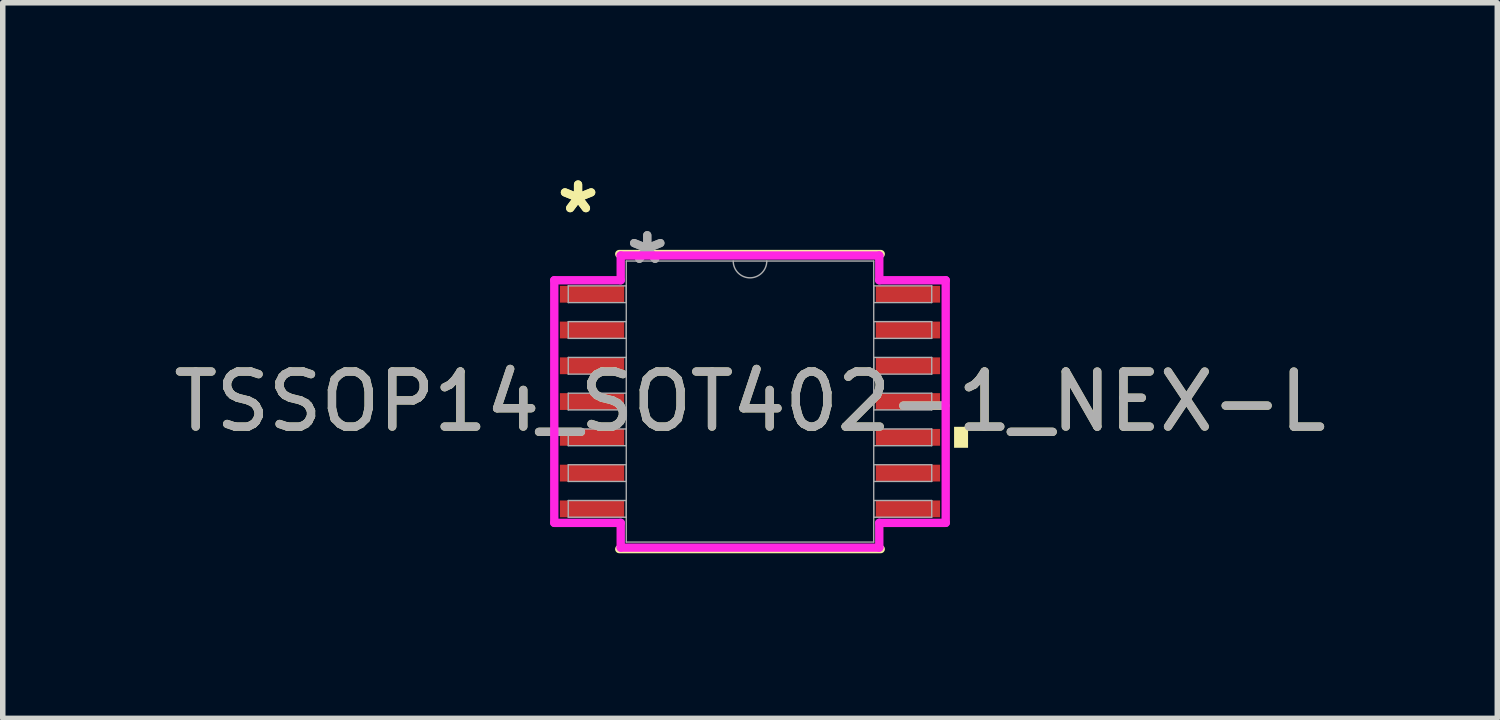
<source format=kicad_pcb>
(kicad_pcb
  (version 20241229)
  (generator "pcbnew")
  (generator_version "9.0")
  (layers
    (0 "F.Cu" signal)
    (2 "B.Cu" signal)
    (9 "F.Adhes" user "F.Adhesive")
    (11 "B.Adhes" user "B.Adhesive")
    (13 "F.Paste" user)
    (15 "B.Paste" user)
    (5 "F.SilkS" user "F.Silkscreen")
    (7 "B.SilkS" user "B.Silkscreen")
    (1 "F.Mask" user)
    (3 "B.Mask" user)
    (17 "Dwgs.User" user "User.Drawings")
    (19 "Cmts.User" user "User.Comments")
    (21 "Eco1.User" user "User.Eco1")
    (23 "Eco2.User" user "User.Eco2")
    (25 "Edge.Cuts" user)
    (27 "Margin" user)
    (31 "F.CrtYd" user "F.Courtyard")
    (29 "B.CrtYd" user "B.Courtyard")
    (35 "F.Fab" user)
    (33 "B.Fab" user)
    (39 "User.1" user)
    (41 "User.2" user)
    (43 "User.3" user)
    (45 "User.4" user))
  (footprint "TSSOP14_SOT402-1_NEX-L"
    (layer "F.Cu")
    (at 10.577 4.246)
    (property "Reference" "TSSOP14_SOT402-1_NEX-L" (at 0 0 0) (unlocked yes) (layer "F.SilkS") (effects (font (size 1 1) (thickness 0.15))))
    (attr smd)
    (fp_line (start -2.375 2.68) (end 2.375 2.68) (stroke (width 0.152) (type solid)) (layer "F.SilkS"))
    (fp_line (start 2.375 -2.68) (end -2.375 -2.68) (stroke (width 0.152) (type solid)) (layer "F.SilkS"))
    (fp_poly (pts (xy 3.962 0.459) (xy 3.962 0.84) (xy 3.708 0.84) (xy 3.708 0.459)) (stroke (width 0) (type solid)) (fill yes) (layer "F.SilkS"))
    (fp_line (start -3.556 -2.204) (end -2.349 -2.204) (stroke (width 0.152) (type solid)) (layer "F.CrtYd"))
    (fp_line (start -3.556 2.204) (end -3.556 -2.204) (stroke (width 0.152) (type solid)) (layer "F.CrtYd"))
    (fp_line (start -3.556 2.204) (end -2.349 2.204) (stroke (width 0.152) (type solid)) (layer "F.CrtYd"))
    (fp_line (start -2.349 -2.654) (end 2.349 -2.654) (stroke (width 0.152) (type solid)) (layer "F.CrtYd"))
    (fp_line (start -2.349 -2.204) (end -2.349 -2.654) (stroke (width 0.152) (type solid)) (layer "F.CrtYd"))
    (fp_line (start -2.349 2.654) (end -2.349 2.204) (stroke (width 0.152) (type solid)) (layer "F.CrtYd"))
    (fp_line (start 2.349 -2.654) (end 2.349 -2.204) (stroke (width 0.152) (type solid)) (layer "F.CrtYd"))
    (fp_line (start 2.349 2.204) (end 2.349 2.654) (stroke (width 0.152) (type solid)) (layer "F.CrtYd"))
    (fp_line (start 2.349 2.654) (end -2.349 2.654) (stroke (width 0.152) (type solid)) (layer "F.CrtYd"))
    (fp_line (start 3.556 -2.204) (end 2.349 -2.204) (stroke (width 0.152) (type solid)) (layer "F.CrtYd"))
    (fp_line (start 3.556 -2.204) (end 3.556 2.204) (stroke (width 0.152) (type solid)) (layer "F.CrtYd"))
    (fp_line (start 3.556 2.204) (end 2.349 2.204) (stroke (width 0.152) (type solid)) (layer "F.CrtYd"))
    (fp_line (start -3.302 -2.102) (end -3.302 -1.798) (stroke (width 0.025) (type solid)) (layer "F.Fab"))
    (fp_line (start -3.302 -1.798) (end -2.248 -1.798) (stroke (width 0.025) (type solid)) (layer "F.Fab"))
    (fp_line (start -3.302 -1.452) (end -3.302 -1.148) (stroke (width 0.025) (type solid)) (layer "F.Fab"))
    (fp_line (start -3.302 -1.148) (end -2.248 -1.148) (stroke (width 0.025) (type solid)) (layer "F.Fab"))
    (fp_line (start -3.302 -0.802) (end -3.302 -0.498) (stroke (width 0.025) (type solid)) (layer "F.Fab"))
    (fp_line (start -3.302 -0.498) (end -2.248 -0.498) (stroke (width 0.025) (type solid)) (layer "F.Fab"))
    (fp_line (start -3.302 -0.152) (end -3.302 0.152) (stroke (width 0.025) (type solid)) (layer "F.Fab"))
    (fp_line (start -3.302 0.152) (end -2.248 0.152) (stroke (width 0.025) (type solid)) (layer "F.Fab"))
    (fp_line (start -3.302 0.498) (end -3.302 0.802) (stroke (width 0.025) (type solid)) (layer "F.Fab"))
    (fp_line (start -3.302 0.802) (end -2.248 0.802) (stroke (width 0.025) (type solid)) (layer "F.Fab"))
    (fp_line (start -3.302 1.148) (end -3.302 1.452) (stroke (width 0.025) (type solid)) (layer "F.Fab"))
    (fp_line (start -3.302 1.452) (end -2.248 1.452) (stroke (width 0.025) (type solid)) (layer "F.Fab"))
    (fp_line (start -3.302 1.798) (end -3.302 2.102) (stroke (width 0.025) (type solid)) (layer "F.Fab"))
    (fp_line (start -3.302 2.102) (end -2.248 2.102) (stroke (width 0.025) (type solid)) (layer "F.Fab"))
    (fp_line (start -2.248 -2.553) (end -2.248 2.553) (stroke (width 0.025) (type solid)) (layer "F.Fab"))
    (fp_line (start -2.248 -2.102) (end -3.302 -2.102) (stroke (width 0.025) (type solid)) (layer "F.Fab"))
    (fp_line (start -2.248 -1.798) (end -2.248 -2.102) (stroke (width 0.025) (type solid)) (layer "F.Fab"))
    (fp_line (start -2.248 -1.452) (end -3.302 -1.452) (stroke (width 0.025) (type solid)) (layer "F.Fab"))
    (fp_line (start -2.248 -1.148) (end -2.248 -1.452) (stroke (width 0.025) (type solid)) (layer "F.Fab"))
    (fp_line (start -2.248 -0.802) (end -3.302 -0.802) (stroke (width 0.025) (type solid)) (layer "F.Fab"))
    (fp_line (start -2.248 -0.498) (end -2.248 -0.802) (stroke (width 0.025) (type solid)) (layer "F.Fab"))
    (fp_line (start -2.248 -0.152) (end -3.302 -0.152) (stroke (width 0.025) (type solid)) (layer "F.Fab"))
    (fp_line (start -2.248 0.152) (end -2.248 -0.152) (stroke (width 0.025) (type solid)) (layer "F.Fab"))
    (fp_line (start -2.248 0.498) (end -3.302 0.498) (stroke (width 0.025) (type solid)) (layer "F.Fab"))
    (fp_line (start -2.248 0.802) (end -2.248 0.498) (stroke (width 0.025) (type solid)) (layer "F.Fab"))
    (fp_line (start -2.248 1.148) (end -3.302 1.148) (stroke (width 0.025) (type solid)) (layer "F.Fab"))
    (fp_line (start -2.248 1.452) (end -2.248 1.148) (stroke (width 0.025) (type solid)) (layer "F.Fab"))
    (fp_line (start -2.248 1.798) (end -3.302 1.798) (stroke (width 0.025) (type solid)) (layer "F.Fab"))
    (fp_line (start -2.248 2.102) (end -2.248 1.798) (stroke (width 0.025) (type solid)) (layer "F.Fab"))
    (fp_line (start -2.248 2.553) (end 2.248 2.553) (stroke (width 0.025) (type solid)) (layer "F.Fab"))
    (fp_line (start 2.248 -2.553) (end -2.248 -2.553) (stroke (width 0.025) (type solid)) (layer "F.Fab"))
    (fp_line (start 2.248 -2.102) (end 2.248 -1.798) (stroke (width 0.025) (type solid)) (layer "F.Fab"))
    (fp_line (start 2.248 -1.798) (end 3.302 -1.798) (stroke (width 0.025) (type solid)) (layer "F.Fab"))
    (fp_line (start 2.248 -1.452) (end 2.248 -1.148) (stroke (width 0.025) (type solid)) (layer "F.Fab"))
    (fp_line (start 2.248 -1.148) (end 3.302 -1.148) (stroke (width 0.025) (type solid)) (layer "F.Fab"))
    (fp_line (start 2.248 -0.802) (end 2.248 -0.498) (stroke (width 0.025) (type solid)) (layer "F.Fab"))
    (fp_line (start 2.248 -0.498) (end 3.302 -0.498) (stroke (width 0.025) (type solid)) (layer "F.Fab"))
    (fp_line (start 2.248 -0.152) (end 2.248 0.152) (stroke (width 0.025) (type solid)) (layer "F.Fab"))
    (fp_line (start 2.248 0.152) (end 3.302 0.152) (stroke (width 0.025) (type solid)) (layer "F.Fab"))
    (fp_line (start 2.248 0.498) (end 2.248 0.802) (stroke (width 0.025) (type solid)) (layer "F.Fab"))
    (fp_line (start 2.248 0.802) (end 3.302 0.802) (stroke (width 0.025) (type solid)) (layer "F.Fab"))
    (fp_line (start 2.248 1.148) (end 2.248 1.452) (stroke (width 0.025) (type solid)) (layer "F.Fab"))
    (fp_line (start 2.248 1.452) (end 3.302 1.452) (stroke (width 0.025) (type solid)) (layer "F.Fab"))
    (fp_line (start 2.248 1.798) (end 2.248 2.102) (stroke (width 0.025) (type solid)) (layer "F.Fab"))
    (fp_line (start 2.248 2.102) (end 3.302 2.102) (stroke (width 0.025) (type solid)) (layer "F.Fab"))
    (fp_line (start 2.248 2.553) (end 2.248 -2.553) (stroke (width 0.025) (type solid)) (layer "F.Fab"))
    (fp_line (start 3.302 -2.102) (end 2.248 -2.102) (stroke (width 0.025) (type solid)) (layer "F.Fab"))
    (fp_line (start 3.302 -1.798) (end 3.302 -2.102) (stroke (width 0.025) (type solid)) (layer "F.Fab"))
    (fp_line (start 3.302 -1.452) (end 2.248 -1.452) (stroke (width 0.025) (type solid)) (layer "F.Fab"))
    (fp_line (start 3.302 -1.148) (end 3.302 -1.452) (stroke (width 0.025) (type solid)) (layer "F.Fab"))
    (fp_line (start 3.302 -0.802) (end 2.248 -0.802) (stroke (width 0.025) (type solid)) (layer "F.Fab"))
    (fp_line (start 3.302 -0.498) (end 3.302 -0.802) (stroke (width 0.025) (type solid)) (layer "F.Fab"))
    (fp_line (start 3.302 -0.152) (end 2.248 -0.152) (stroke (width 0.025) (type solid)) (layer "F.Fab"))
    (fp_line (start 3.302 0.152) (end 3.302 -0.152) (stroke (width 0.025) (type solid)) (layer "F.Fab"))
    (fp_line (start 3.302 0.498) (end 2.248 0.498) (stroke (width 0.025) (type solid)) (layer "F.Fab"))
    (fp_line (start 3.302 0.802) (end 3.302 0.498) (stroke (width 0.025) (type solid)) (layer "F.Fab"))
    (fp_line (start 3.302 1.148) (end 2.248 1.148) (stroke (width 0.025) (type solid)) (layer "F.Fab"))
    (fp_line (start 3.302 1.452) (end 3.302 1.148) (stroke (width 0.025) (type solid)) (layer "F.Fab"))
    (fp_line (start 3.302 1.798) (end 2.248 1.798) (stroke (width 0.025) (type solid)) (layer "F.Fab"))
    (fp_line (start 3.302 2.102) (end 3.302 1.798) (stroke (width 0.025) (type solid)) (layer "F.Fab"))
    (fp_arc (start 0.3048 -2.5527) (mid 0 -2.2479) (end -0.3048 -2.5527) (stroke (width 0.0254) (type solid)) (layer "F.Fab"))
    (fp_text user "*" (at -3.124 -3.398 0) (unlocked yes) (layer "F.SilkS") (effects (font (size 1 1) (thickness 0.15))))
    (fp_text user "*" (at -3.124 -3.398 0) (layer "F.SilkS") (effects (font (size 1 1) (thickness 0.15))))
    (fp_text user "*" (at -1.867 -2.477 0) (unlocked yes) (layer "F.Fab") (effects (font (size 1 1) (thickness 0.15))))
    (fp_text user "${REFERENCE}" (at 0 0 0) (unlocked yes) (layer "F.Fab") (effects (font (size 1 1) (thickness 0.15))))
    (fp_text user "*" (at -1.867 -2.477 0) (layer "F.Fab") (effects (font (size 1 1) (thickness 0.15))))
    (pad "1" smd rect (at -2.87 -1.95) (size 1.168 0.305) (layers "F.Cu" "F.Mask" "F.Paste"))
    (pad "2" smd rect (at -2.87 -1.3) (size 1.168 0.305) (layers "F.Cu" "F.Mask" "F.Paste"))
    (pad "3" smd rect (at -2.87 -0.65) (size 1.168 0.305) (layers "F.Cu" "F.Mask" "F.Paste"))
    (pad "4" smd rect (at -2.87 0) (size 1.168 0.305) (layers "F.Cu" "F.Mask" "F.Paste"))
    (pad "5" smd rect (at -2.87 0.65) (size 1.168 0.305) (layers "F.Cu" "F.Mask" "F.Paste"))
    (pad "6" smd rect (at -2.87 1.3) (size 1.168 0.305) (layers "F.Cu" "F.Mask" "F.Paste"))
    (pad "7" smd rect (at -2.87 1.95) (size 1.168 0.305) (layers "F.Cu" "F.Mask" "F.Paste"))
    (pad "8" smd rect (at 2.87 1.95) (size 1.168 0.305) (layers "F.Cu" "F.Mask" "F.Paste"))
    (pad "9" smd rect (at 2.87 1.3) (size 1.168 0.305) (layers "F.Cu" "F.Mask" "F.Paste"))
    (pad "10" smd rect (at 2.87 0.65) (size 1.168 0.305) (layers "F.Cu" "F.Mask" "F.Paste"))
    (pad "11" smd rect (at 2.87 0) (size 1.168 0.305) (layers "F.Cu" "F.Mask" "F.Paste"))
    (pad "12" smd rect (at 2.87 -0.65) (size 1.168 0.305) (layers "F.Cu" "F.Mask" "F.Paste"))
    (pad "13" smd rect (at 2.87 -1.3) (size 1.168 0.305) (layers "F.Cu" "F.Mask" "F.Paste"))
    (pad "14" smd rect (at 2.87 -1.95) (size 1.168 0.305) (layers "F.Cu" "F.Mask" "F.Paste")))
  (gr_rect
    (start -3 -3)
    (end 24.155 10.002)
    (stroke (width 0.1) (type default))
    (fill no)
    (layer "Edge.Cuts")))
</source>
